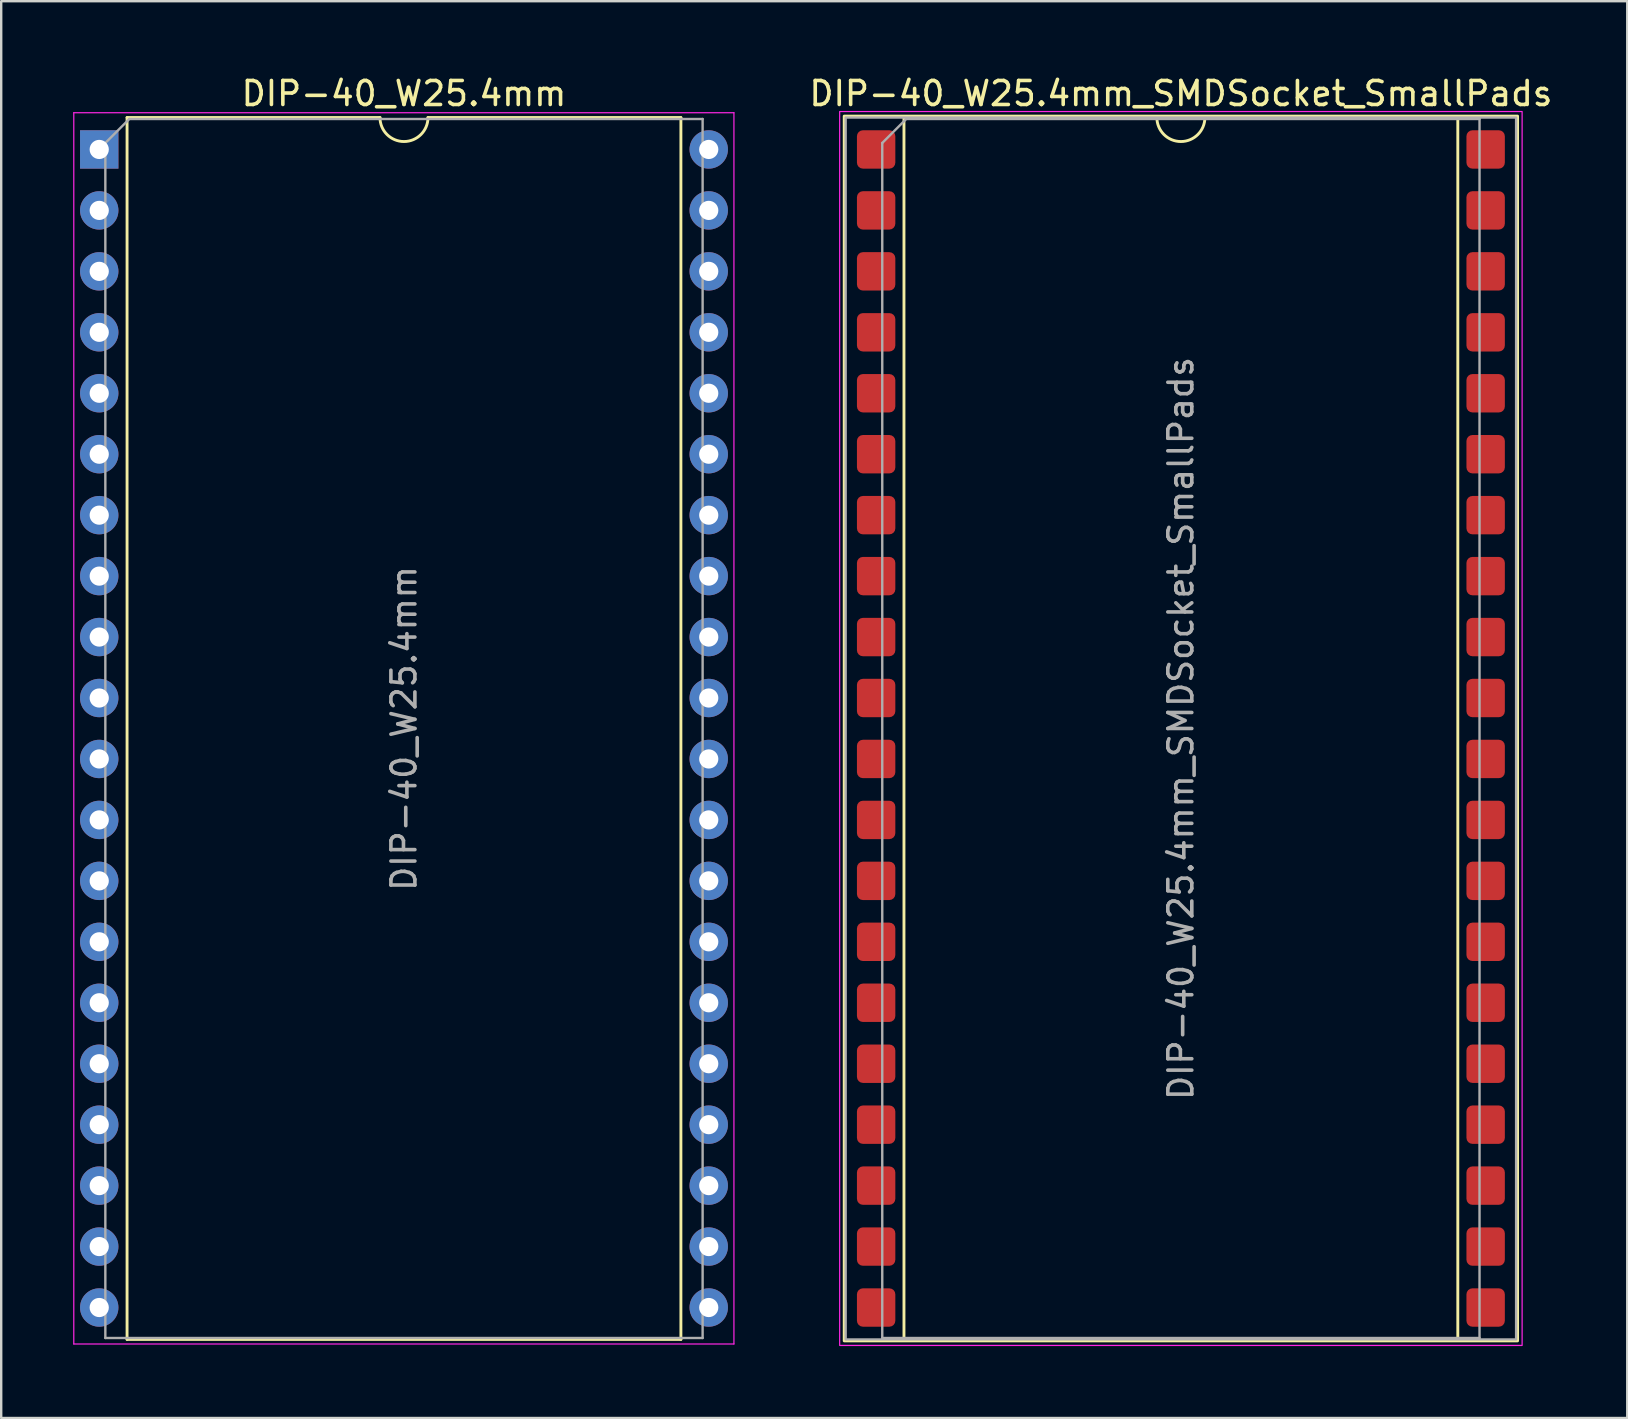
<source format=kicad_pcb>
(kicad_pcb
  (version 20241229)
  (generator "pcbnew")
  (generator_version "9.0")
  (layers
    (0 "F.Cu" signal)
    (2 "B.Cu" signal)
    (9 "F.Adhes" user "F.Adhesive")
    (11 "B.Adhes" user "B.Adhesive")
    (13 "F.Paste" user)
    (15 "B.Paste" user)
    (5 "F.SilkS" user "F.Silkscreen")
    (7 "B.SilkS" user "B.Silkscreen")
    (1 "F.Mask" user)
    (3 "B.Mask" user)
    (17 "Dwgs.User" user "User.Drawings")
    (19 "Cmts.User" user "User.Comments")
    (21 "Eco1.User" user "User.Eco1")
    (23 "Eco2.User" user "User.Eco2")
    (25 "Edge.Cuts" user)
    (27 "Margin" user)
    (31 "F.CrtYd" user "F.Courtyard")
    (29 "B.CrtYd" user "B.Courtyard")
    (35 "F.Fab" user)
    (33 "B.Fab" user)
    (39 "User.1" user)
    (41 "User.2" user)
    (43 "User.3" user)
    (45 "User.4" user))
  (footprint "DIP-40_W25.4mm_SMDSocket_SmallPads"
    (layer "F.Cu")
    (at 46.161 27.308)
    (property "Reference" "DIP-40_W25.4mm_SMDSocket_SmallPads" (at 0 -26.46 0) (layer "F.SilkS") (effects (font (size 1 1) (thickness 0.15))))
    (attr smd)
    (fp_line (start -11.54 -25.46) (end -11.54 25.46) (stroke (width 0.12) (type solid)) (layer "F.SilkS"))
    (fp_line (start -11.54 25.46) (end 11.54 25.46) (stroke (width 0.12) (type solid)) (layer "F.SilkS"))
    (fp_line (start -1 -25.46) (end -11.54 -25.46) (stroke (width 0.12) (type solid)) (layer "F.SilkS"))
    (fp_line (start 11.54 -25.46) (end 1 -25.46) (stroke (width 0.12) (type solid)) (layer "F.SilkS"))
    (fp_line (start 11.54 25.46) (end 11.54 -25.46) (stroke (width 0.12) (type solid)) (layer "F.SilkS"))
    (fp_rect (start -14.03 -25.52) (end 14.03 25.52) (stroke (width 0.12) (type solid)) (fill no) (layer "F.SilkS"))
    (fp_arc (start 1 -25.46) (mid 0 -24.46) (end -1 -25.46) (stroke (width 0.12) (type solid)) (layer "F.SilkS"))
    (fp_rect (start -14.22 -25.71) (end 14.22 25.71) (stroke (width 0.05) (type solid)) (fill no) (layer "F.CrtYd"))
    (fp_line (start -12.445 -24.4) (end -11.445 -25.4) (stroke (width 0.1) (type solid)) (layer "F.Fab"))
    (fp_line (start -12.445 25.4) (end -12.445 -24.4) (stroke (width 0.1) (type solid)) (layer "F.Fab"))
    (fp_line (start -11.445 -25.4) (end 12.445 -25.4) (stroke (width 0.1) (type solid)) (layer "F.Fab"))
    (fp_line (start 12.445 -25.4) (end 12.445 25.4) (stroke (width 0.1) (type solid)) (layer "F.Fab"))
    (fp_line (start 12.445 25.4) (end -12.445 25.4) (stroke (width 0.1) (type solid)) (layer "F.Fab"))
    (fp_rect (start -13.97 -25.46) (end 13.97 25.46) (stroke (width 0.1) (type solid)) (fill no) (layer "F.Fab"))
    (fp_text user "${REFERENCE}" (at 0 0 90) (layer "F.Fab") (effects (font (size 1 1) (thickness 0.15))))
    (pad "1" smd roundrect (at -12.7 -24.13) (size 1.6 1.6) (layers "F.Cu" "F.Mask" "F.Paste") (roundrect_rratio 0.156))
    (pad "2" smd roundrect (at -12.7 -21.59) (size 1.6 1.6) (layers "F.Cu" "F.Mask" "F.Paste") (roundrect_rratio 0.156))
    (pad "3" smd roundrect (at -12.7 -19.05) (size 1.6 1.6) (layers "F.Cu" "F.Mask" "F.Paste") (roundrect_rratio 0.156))
    (pad "4" smd roundrect (at -12.7 -16.51) (size 1.6 1.6) (layers "F.Cu" "F.Mask" "F.Paste") (roundrect_rratio 0.156))
    (pad "5" smd roundrect (at -12.7 -13.97) (size 1.6 1.6) (layers "F.Cu" "F.Mask" "F.Paste") (roundrect_rratio 0.156))
    (pad "6" smd roundrect (at -12.7 -11.43) (size 1.6 1.6) (layers "F.Cu" "F.Mask" "F.Paste") (roundrect_rratio 0.156))
    (pad "7" smd roundrect (at -12.7 -8.89) (size 1.6 1.6) (layers "F.Cu" "F.Mask" "F.Paste") (roundrect_rratio 0.156))
    (pad "8" smd roundrect (at -12.7 -6.35) (size 1.6 1.6) (layers "F.Cu" "F.Mask" "F.Paste") (roundrect_rratio 0.156))
    (pad "9" smd roundrect (at -12.7 -3.81) (size 1.6 1.6) (layers "F.Cu" "F.Mask" "F.Paste") (roundrect_rratio 0.156))
    (pad "10" smd roundrect (at -12.7 -1.27) (size 1.6 1.6) (layers "F.Cu" "F.Mask" "F.Paste") (roundrect_rratio 0.156))
    (pad "11" smd roundrect (at -12.7 1.27) (size 1.6 1.6) (layers "F.Cu" "F.Mask" "F.Paste") (roundrect_rratio 0.156))
    (pad "12" smd roundrect (at -12.7 3.81) (size 1.6 1.6) (layers "F.Cu" "F.Mask" "F.Paste") (roundrect_rratio 0.156))
    (pad "13" smd roundrect (at -12.7 6.35) (size 1.6 1.6) (layers "F.Cu" "F.Mask" "F.Paste") (roundrect_rratio 0.156))
    (pad "14" smd roundrect (at -12.7 8.89) (size 1.6 1.6) (layers "F.Cu" "F.Mask" "F.Paste") (roundrect_rratio 0.156))
    (pad "15" smd roundrect (at -12.7 11.43) (size 1.6 1.6) (layers "F.Cu" "F.Mask" "F.Paste") (roundrect_rratio 0.156))
    (pad "16" smd roundrect (at -12.7 13.97) (size 1.6 1.6) (layers "F.Cu" "F.Mask" "F.Paste") (roundrect_rratio 0.156))
    (pad "17" smd roundrect (at -12.7 16.51) (size 1.6 1.6) (layers "F.Cu" "F.Mask" "F.Paste") (roundrect_rratio 0.156))
    (pad "18" smd roundrect (at -12.7 19.05) (size 1.6 1.6) (layers "F.Cu" "F.Mask" "F.Paste") (roundrect_rratio 0.156))
    (pad "19" smd roundrect (at -12.7 21.59) (size 1.6 1.6) (layers "F.Cu" "F.Mask" "F.Paste") (roundrect_rratio 0.156))
    (pad "20" smd roundrect (at -12.7 24.13) (size 1.6 1.6) (layers "F.Cu" "F.Mask" "F.Paste") (roundrect_rratio 0.156))
    (pad "21" smd roundrect (at 12.7 24.13) (size 1.6 1.6) (layers "F.Cu" "F.Mask" "F.Paste") (roundrect_rratio 0.156))
    (pad "22" smd roundrect (at 12.7 21.59) (size 1.6 1.6) (layers "F.Cu" "F.Mask" "F.Paste") (roundrect_rratio 0.156))
    (pad "23" smd roundrect (at 12.7 19.05) (size 1.6 1.6) (layers "F.Cu" "F.Mask" "F.Paste") (roundrect_rratio 0.156))
    (pad "24" smd roundrect (at 12.7 16.51) (size 1.6 1.6) (layers "F.Cu" "F.Mask" "F.Paste") (roundrect_rratio 0.156))
    (pad "25" smd roundrect (at 12.7 13.97) (size 1.6 1.6) (layers "F.Cu" "F.Mask" "F.Paste") (roundrect_rratio 0.156))
    (pad "26" smd roundrect (at 12.7 11.43) (size 1.6 1.6) (layers "F.Cu" "F.Mask" "F.Paste") (roundrect_rratio 0.156))
    (pad "27" smd roundrect (at 12.7 8.89) (size 1.6 1.6) (layers "F.Cu" "F.Mask" "F.Paste") (roundrect_rratio 0.156))
    (pad "28" smd roundrect (at 12.7 6.35) (size 1.6 1.6) (layers "F.Cu" "F.Mask" "F.Paste") (roundrect_rratio 0.156))
    (pad "29" smd roundrect (at 12.7 3.81) (size 1.6 1.6) (layers "F.Cu" "F.Mask" "F.Paste") (roundrect_rratio 0.156))
    (pad "30" smd roundrect (at 12.7 1.27) (size 1.6 1.6) (layers "F.Cu" "F.Mask" "F.Paste") (roundrect_rratio 0.156))
    (pad "31" smd roundrect (at 12.7 -1.27) (size 1.6 1.6) (layers "F.Cu" "F.Mask" "F.Paste") (roundrect_rratio 0.156))
    (pad "32" smd roundrect (at 12.7 -3.81) (size 1.6 1.6) (layers "F.Cu" "F.Mask" "F.Paste") (roundrect_rratio 0.156))
    (pad "33" smd roundrect (at 12.7 -6.35) (size 1.6 1.6) (layers "F.Cu" "F.Mask" "F.Paste") (roundrect_rratio 0.156))
    (pad "34" smd roundrect (at 12.7 -8.89) (size 1.6 1.6) (layers "F.Cu" "F.Mask" "F.Paste") (roundrect_rratio 0.156))
    (pad "35" smd roundrect (at 12.7 -11.43) (size 1.6 1.6) (layers "F.Cu" "F.Mask" "F.Paste") (roundrect_rratio 0.156))
    (pad "36" smd roundrect (at 12.7 -13.97) (size 1.6 1.6) (layers "F.Cu" "F.Mask" "F.Paste") (roundrect_rratio 0.156))
    (pad "37" smd roundrect (at 12.7 -16.51) (size 1.6 1.6) (layers "F.Cu" "F.Mask" "F.Paste") (roundrect_rratio 0.156))
    (pad "38" smd roundrect (at 12.7 -19.05) (size 1.6 1.6) (layers "F.Cu" "F.Mask" "F.Paste") (roundrect_rratio 0.156))
    (pad "39" smd roundrect (at 12.7 -21.59) (size 1.6 1.6) (layers "F.Cu" "F.Mask" "F.Paste") (roundrect_rratio 0.156))
    (pad "40" smd roundrect (at 12.7 -24.13) (size 1.6 1.6) (layers "F.Cu" "F.Mask" "F.Paste") (roundrect_rratio 0.156)))
  (footprint "DIP-40_W25.4mm"
    (layer "F.Cu")
    (at 1.085 3.178)
    (property "Reference" "DIP-40_W25.4mm" (at 12.7 -2.33 0) (layer "F.SilkS") (effects (font (size 1 1) (thickness 0.15))))
    (attr through_hole)
    (fp_line (start 1.16 -1.33) (end 1.16 49.59) (stroke (width 0.12) (type solid)) (layer "F.SilkS"))
    (fp_line (start 1.16 49.59) (end 24.24 49.59) (stroke (width 0.12) (type solid)) (layer "F.SilkS"))
    (fp_line (start 11.7 -1.33) (end 1.16 -1.33) (stroke (width 0.12) (type solid)) (layer "F.SilkS"))
    (fp_line (start 24.24 -1.33) (end 13.7 -1.33) (stroke (width 0.12) (type solid)) (layer "F.SilkS"))
    (fp_line (start 24.24 49.59) (end 24.24 -1.33) (stroke (width 0.12) (type solid)) (layer "F.SilkS"))
    (fp_arc (start 13.7 -1.33) (mid 12.7 -0.33) (end 11.7 -1.33) (stroke (width 0.12) (type solid)) (layer "F.SilkS"))
    (fp_line (start -1.06 -1.53) (end -1.06 49.78) (stroke (width 0.05) (type solid)) (layer "F.CrtYd"))
    (fp_line (start -1.06 49.78) (end 26.45 49.78) (stroke (width 0.05) (type solid)) (layer "F.CrtYd"))
    (fp_line (start 26.45 -1.53) (end -1.06 -1.53) (stroke (width 0.05) (type solid)) (layer "F.CrtYd"))
    (fp_line (start 26.45 49.78) (end 26.45 -1.53) (stroke (width 0.05) (type solid)) (layer "F.CrtYd"))
    (fp_line (start 0.255 -0.27) (end 1.255 -1.27) (stroke (width 0.1) (type solid)) (layer "F.Fab"))
    (fp_line (start 0.255 49.53) (end 0.255 -0.27) (stroke (width 0.1) (type solid)) (layer "F.Fab"))
    (fp_line (start 1.255 -1.27) (end 25.145 -1.27) (stroke (width 0.1) (type solid)) (layer "F.Fab"))
    (fp_line (start 25.145 -1.27) (end 25.145 49.53) (stroke (width 0.1) (type solid)) (layer "F.Fab"))
    (fp_line (start 25.145 49.53) (end 0.255 49.53) (stroke (width 0.1) (type solid)) (layer "F.Fab"))
    (fp_text user "${REFERENCE}" (at 12.7 24.13 90) (layer "F.Fab") (effects (font (size 1 1) (thickness 0.15))))
    (pad "1" thru_hole rect (at 0 0) (size 1.6 1.6) (drill 0.8) (layers "*.Cu" "*.Mask"))
    (pad "2" thru_hole circle (at 0 2.54) (size 1.6 1.6) (drill 0.8) (layers "*.Cu" "*.Mask"))
    (pad "3" thru_hole circle (at 0 5.08) (size 1.6 1.6) (drill 0.8) (layers "*.Cu" "*.Mask"))
    (pad "4" thru_hole circle (at 0 7.62) (size 1.6 1.6) (drill 0.8) (layers "*.Cu" "*.Mask"))
    (pad "5" thru_hole circle (at 0 10.16) (size 1.6 1.6) (drill 0.8) (layers "*.Cu" "*.Mask"))
    (pad "6" thru_hole circle (at 0 12.7) (size 1.6 1.6) (drill 0.8) (layers "*.Cu" "*.Mask"))
    (pad "7" thru_hole circle (at 0 15.24) (size 1.6 1.6) (drill 0.8) (layers "*.Cu" "*.Mask"))
    (pad "8" thru_hole circle (at 0 17.78) (size 1.6 1.6) (drill 0.8) (layers "*.Cu" "*.Mask"))
    (pad "9" thru_hole circle (at 0 20.32) (size 1.6 1.6) (drill 0.8) (layers "*.Cu" "*.Mask"))
    (pad "10" thru_hole circle (at 0 22.86) (size 1.6 1.6) (drill 0.8) (layers "*.Cu" "*.Mask"))
    (pad "11" thru_hole circle (at 0 25.4) (size 1.6 1.6) (drill 0.8) (layers "*.Cu" "*.Mask"))
    (pad "12" thru_hole circle (at 0 27.94) (size 1.6 1.6) (drill 0.8) (layers "*.Cu" "*.Mask"))
    (pad "13" thru_hole circle (at 0 30.48) (size 1.6 1.6) (drill 0.8) (layers "*.Cu" "*.Mask"))
    (pad "14" thru_hole circle (at 0 33.02) (size 1.6 1.6) (drill 0.8) (layers "*.Cu" "*.Mask"))
    (pad "15" thru_hole circle (at 0 35.56) (size 1.6 1.6) (drill 0.8) (layers "*.Cu" "*.Mask"))
    (pad "16" thru_hole circle (at 0 38.1) (size 1.6 1.6) (drill 0.8) (layers "*.Cu" "*.Mask"))
    (pad "17" thru_hole circle (at 0 40.64) (size 1.6 1.6) (drill 0.8) (layers "*.Cu" "*.Mask"))
    (pad "18" thru_hole circle (at 0 43.18) (size 1.6 1.6) (drill 0.8) (layers "*.Cu" "*.Mask"))
    (pad "19" thru_hole circle (at 0 45.72) (size 1.6 1.6) (drill 0.8) (layers "*.Cu" "*.Mask"))
    (pad "20" thru_hole circle (at 0 48.26) (size 1.6 1.6) (drill 0.8) (layers "*.Cu" "*.Mask"))
    (pad "21" thru_hole circle (at 25.4 48.26) (size 1.6 1.6) (drill 0.8) (layers "*.Cu" "*.Mask"))
    (pad "22" thru_hole circle (at 25.4 45.72) (size 1.6 1.6) (drill 0.8) (layers "*.Cu" "*.Mask"))
    (pad "23" thru_hole circle (at 25.4 43.18) (size 1.6 1.6) (drill 0.8) (layers "*.Cu" "*.Mask"))
    (pad "24" thru_hole circle (at 25.4 40.64) (size 1.6 1.6) (drill 0.8) (layers "*.Cu" "*.Mask"))
    (pad "25" thru_hole circle (at 25.4 38.1) (size 1.6 1.6) (drill 0.8) (layers "*.Cu" "*.Mask"))
    (pad "26" thru_hole circle (at 25.4 35.56) (size 1.6 1.6) (drill 0.8) (layers "*.Cu" "*.Mask"))
    (pad "27" thru_hole circle (at 25.4 33.02) (size 1.6 1.6) (drill 0.8) (layers "*.Cu" "*.Mask"))
    (pad "28" thru_hole circle (at 25.4 30.48) (size 1.6 1.6) (drill 0.8) (layers "*.Cu" "*.Mask"))
    (pad "29" thru_hole circle (at 25.4 27.94) (size 1.6 1.6) (drill 0.8) (layers "*.Cu" "*.Mask"))
    (pad "30" thru_hole circle (at 25.4 25.4) (size 1.6 1.6) (drill 0.8) (layers "*.Cu" "*.Mask"))
    (pad "31" thru_hole circle (at 25.4 22.86) (size 1.6 1.6) (drill 0.8) (layers "*.Cu" "*.Mask"))
    (pad "32" thru_hole circle (at 25.4 20.32) (size 1.6 1.6) (drill 0.8) (layers "*.Cu" "*.Mask"))
    (pad "33" thru_hole circle (at 25.4 17.78) (size 1.6 1.6) (drill 0.8) (layers "*.Cu" "*.Mask"))
    (pad "34" thru_hole circle (at 25.4 15.24) (size 1.6 1.6) (drill 0.8) (layers "*.Cu" "*.Mask"))
    (pad "35" thru_hole circle (at 25.4 12.7) (size 1.6 1.6) (drill 0.8) (layers "*.Cu" "*.Mask"))
    (pad "36" thru_hole circle (at 25.4 10.16) (size 1.6 1.6) (drill 0.8) (layers "*.Cu" "*.Mask"))
    (pad "37" thru_hole circle (at 25.4 7.62) (size 1.6 1.6) (drill 0.8) (layers "*.Cu" "*.Mask"))
    (pad "38" thru_hole circle (at 25.4 5.08) (size 1.6 1.6) (drill 0.8) (layers "*.Cu" "*.Mask"))
    (pad "39" thru_hole circle (at 25.4 2.54) (size 1.6 1.6) (drill 0.8) (layers "*.Cu" "*.Mask"))
    (pad "40" thru_hole circle (at 25.4 0) (size 1.6 1.6) (drill 0.8) (layers "*.Cu" "*.Mask")))
  (gr_rect
    (start -3 -3)
    (end 64.762 56.043)
    (stroke (width 0.1) (type default))
    (fill no)
    (layer "Edge.Cuts")))
</source>
